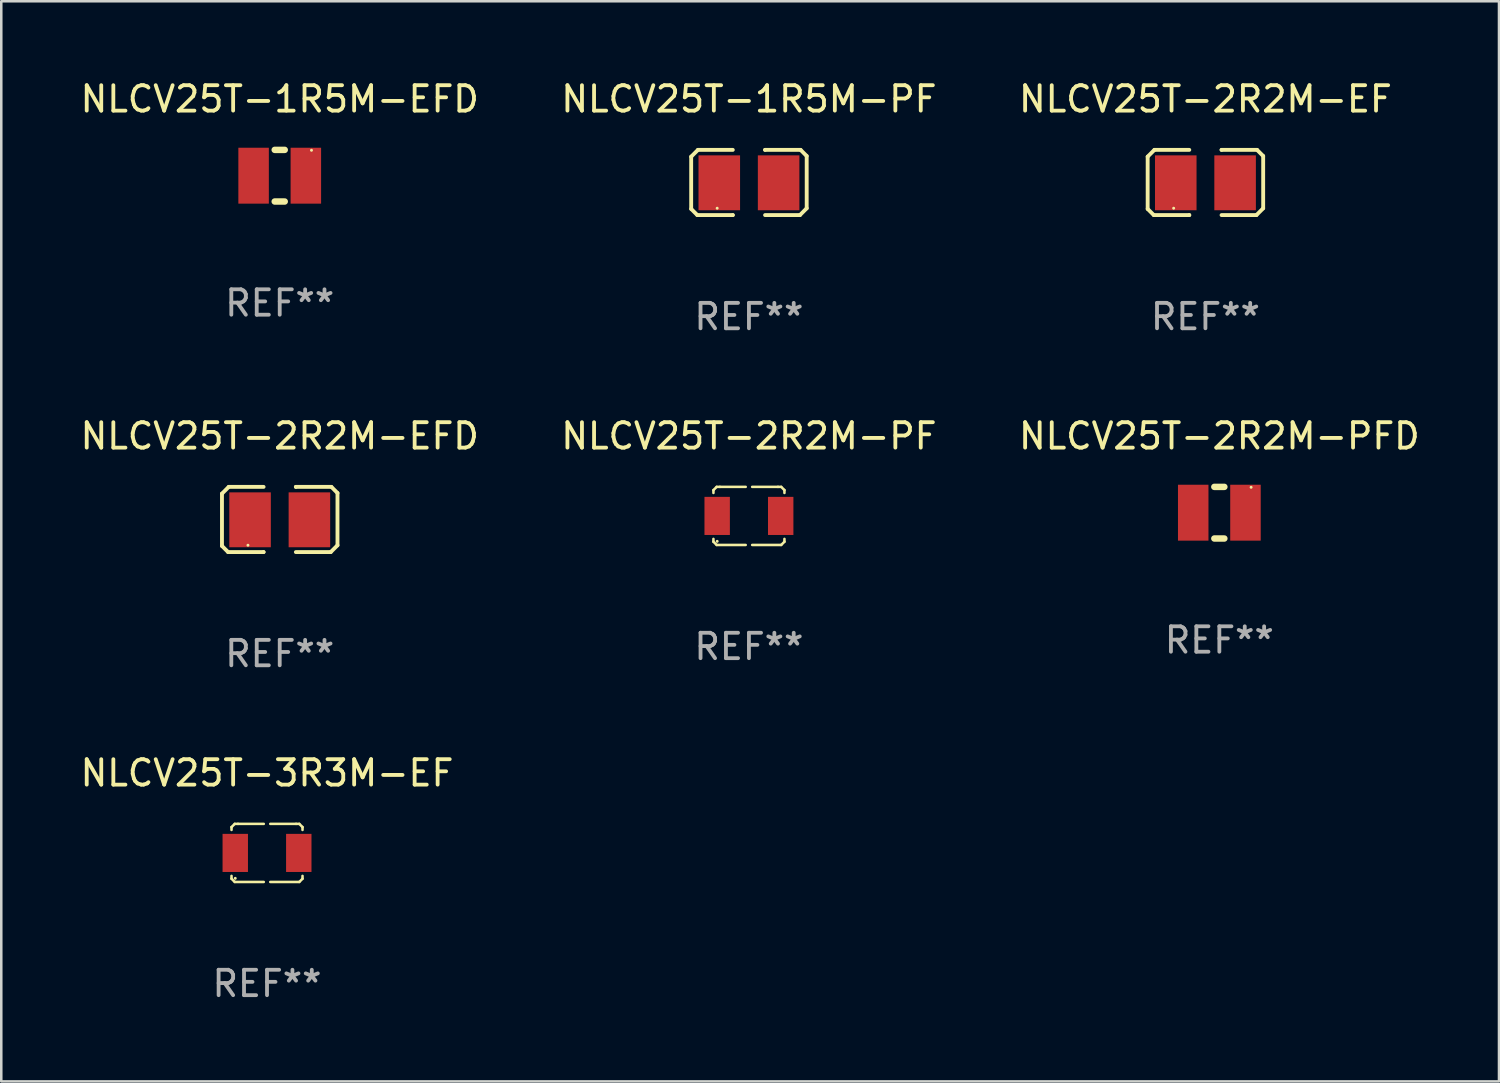
<source format=kicad_pcb>
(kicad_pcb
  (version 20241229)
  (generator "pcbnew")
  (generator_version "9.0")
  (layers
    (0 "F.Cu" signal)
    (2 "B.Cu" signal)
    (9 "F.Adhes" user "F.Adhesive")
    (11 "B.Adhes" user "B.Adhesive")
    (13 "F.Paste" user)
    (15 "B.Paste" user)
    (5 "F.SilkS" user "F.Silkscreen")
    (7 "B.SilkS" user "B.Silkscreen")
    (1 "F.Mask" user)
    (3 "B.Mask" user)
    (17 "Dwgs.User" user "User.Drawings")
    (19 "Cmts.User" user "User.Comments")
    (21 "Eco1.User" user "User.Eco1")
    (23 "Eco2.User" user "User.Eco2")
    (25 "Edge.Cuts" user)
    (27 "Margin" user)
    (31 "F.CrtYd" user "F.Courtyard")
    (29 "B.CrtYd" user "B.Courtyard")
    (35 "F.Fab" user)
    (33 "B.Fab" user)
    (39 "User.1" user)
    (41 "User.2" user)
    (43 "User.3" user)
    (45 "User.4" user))
  (footprint "NLCV25T-2R2M-PF"
    (layer "F.Cu")
    (at 26.423 17.253)
    (property "Reference" "NLCV25T-2R2M-PF" (at 0 -3.143 0) (layer "F.SilkS") (effects (font (size 1 1) (thickness 0.15))))
    (attr through_hole)
    (fp_line (start -1.397 -1.016) (end -1.397 -0.904) (stroke (width 0.1) (type solid)) (layer "F.SilkS"))
    (fp_line (start -1.397 0.904) (end -1.397 1.016) (stroke (width 0.1) (type solid)) (layer "F.SilkS"))
    (fp_line (start -1.397 1.016) (end -1.27 1.143) (stroke (width 0.1) (type solid)) (layer "F.SilkS"))
    (fp_line (start -1.27 -1.143) (end -1.397 -1.016) (stroke (width 0.1) (type solid)) (layer "F.SilkS"))
    (fp_line (start -1.27 1.143) (end -0.127 1.143) (stroke (width 0.1) (type solid)) (layer "F.SilkS"))
    (fp_line (start -1.143 -1.143) (end -1.27 -1.143) (stroke (width 0.1) (type solid)) (layer "F.SilkS"))
    (fp_line (start -0.127 -1.143) (end -1.143 -1.143) (stroke (width 0.1) (type solid)) (layer "F.SilkS"))
    (fp_line (start 0.127 -1.143) (end 1.143 -1.143) (stroke (width 0.1) (type solid)) (layer "F.SilkS"))
    (fp_line (start 1.143 -1.143) (end 1.27 -1.143) (stroke (width 0.1) (type solid)) (layer "F.SilkS"))
    (fp_line (start 1.27 -1.143) (end 1.397 -1.016) (stroke (width 0.1) (type solid)) (layer "F.SilkS"))
    (fp_line (start 1.27 1.143) (end 0.127 1.143) (stroke (width 0.1) (type solid)) (layer "F.SilkS"))
    (fp_line (start 1.397 -1.016) (end 1.397 -0.904) (stroke (width 0.1) (type solid)) (layer "F.SilkS"))
    (fp_line (start 1.397 0.904) (end 1.397 1.016) (stroke (width 0.1) (type solid)) (layer "F.SilkS"))
    (fp_line (start 1.397 1.016) (end 1.27 1.143) (stroke (width 0.1) (type solid)) (layer "F.SilkS"))
    (fp_circle (center -1.25 1) (end -1.22 1) (stroke (width 0.06) (type solid)) (fill no) (layer "F.SilkS"))
    (fp_text user "REF**" (at 0 5.143 0) (layer "F.Fab") (effects (font (size 1 1) (thickness 0.15))))
    (pad "1" smd rect (at -1.25 0) (size 1 1.5) (layers "F.Cu" "F.Mask" "F.Paste"))
    (pad "2" smd rect (at 1.25 0) (size 1 1.5) (layers "F.Cu" "F.Mask" "F.Paste")))
  (footprint "NLCV25T-3R3M-EF"
    (layer "F.Cu")
    (at 7.458 30.515)
    (property "Reference" "NLCV25T-3R3M-EF" (at 0 -3.143 0) (layer "F.SilkS") (effects (font (size 1 1) (thickness 0.15))))
    (attr through_hole)
    (fp_line (start -1.397 -1.016) (end -1.397 -0.904) (stroke (width 0.1) (type solid)) (layer "F.SilkS"))
    (fp_line (start -1.397 0.904) (end -1.397 1.016) (stroke (width 0.1) (type solid)) (layer "F.SilkS"))
    (fp_line (start -1.397 1.016) (end -1.27 1.143) (stroke (width 0.1) (type solid)) (layer "F.SilkS"))
    (fp_line (start -1.27 -1.143) (end -1.397 -1.016) (stroke (width 0.1) (type solid)) (layer "F.SilkS"))
    (fp_line (start -1.27 1.143) (end -0.127 1.143) (stroke (width 0.1) (type solid)) (layer "F.SilkS"))
    (fp_line (start -1.143 -1.143) (end -1.27 -1.143) (stroke (width 0.1) (type solid)) (layer "F.SilkS"))
    (fp_line (start -0.127 -1.143) (end -1.143 -1.143) (stroke (width 0.1) (type solid)) (layer "F.SilkS"))
    (fp_line (start 0.127 -1.143) (end 1.143 -1.143) (stroke (width 0.1) (type solid)) (layer "F.SilkS"))
    (fp_line (start 1.143 -1.143) (end 1.27 -1.143) (stroke (width 0.1) (type solid)) (layer "F.SilkS"))
    (fp_line (start 1.27 -1.143) (end 1.397 -1.016) (stroke (width 0.1) (type solid)) (layer "F.SilkS"))
    (fp_line (start 1.27 1.143) (end 0.127 1.143) (stroke (width 0.1) (type solid)) (layer "F.SilkS"))
    (fp_line (start 1.397 -1.016) (end 1.397 -0.904) (stroke (width 0.1) (type solid)) (layer "F.SilkS"))
    (fp_line (start 1.397 0.904) (end 1.397 1.016) (stroke (width 0.1) (type solid)) (layer "F.SilkS"))
    (fp_line (start 1.397 1.016) (end 1.27 1.143) (stroke (width 0.1) (type solid)) (layer "F.SilkS"))
    (fp_circle (center -1.25 1) (end -1.22 1) (stroke (width 0.06) (type solid)) (fill no) (layer "F.SilkS"))
    (fp_text user "REF**" (at 0 5.143 0) (layer "F.Fab") (effects (font (size 1 1) (thickness 0.15))))
    (pad "1" smd rect (at -1.25 0) (size 1 1.5) (layers "F.Cu" "F.Mask" "F.Paste"))
    (pad "2" smd rect (at 1.25 0) (size 1 1.5) (layers "F.Cu" "F.Mask" "F.Paste")))
  (footprint "NLCV25T-2R2M-PFD"
    (layer "F.Cu")
    (at 44.935 17.126)
    (property "Reference" "NLCV25T-2R2M-PFD" (at 0 -3.016 0) (layer "F.SilkS") (effects (font (size 1 1) (thickness 0.15))))
    (attr through_hole)
    (fp_line (start -0.197 1.016) (end 0.197 1.016) (stroke (width 0.254) (type solid)) (layer "F.SilkS"))
    (fp_line (start 0.197 -1.016) (end -0.197 -1.016) (stroke (width 0.254) (type solid)) (layer "F.SilkS"))
    (fp_circle (center 1.25 -1) (end 1.28 -1) (stroke (width 0.06) (type solid)) (fill no) (layer "F.SilkS"))
    (fp_text user "REF**" (at 0 5.016 0) (layer "F.Fab") (effects (font (size 1 1) (thickness 0.15))))
    (pad "1" smd rect (at 1.028 0) (size 1.2 2.2) (layers "F.Cu" "F.Mask" "F.Paste"))
    (pad "2" smd rect (at -1.028 0) (size 1.2 2.2) (layers "F.Cu" "F.Mask" "F.Paste")))
  (footprint "NLCV25T-2R2M-EF"
    (layer "F.Cu")
    (at 44.387 4.131)
    (property "Reference" "NLCV25T-2R2M-EF" (at 0 -3.283 0) (layer "F.SilkS") (effects (font (size 1 1) (thickness 0.15))))
    (attr through_hole)
    (fp_line (start -2.273 -1.016) (end -2.007 -1.283) (stroke (width 0.152) (type solid)) (layer "F.SilkS"))
    (fp_line (start -2.273 1.041) (end -2.273 -1.016) (stroke (width 0.152) (type solid)) (layer "F.SilkS"))
    (fp_line (start -2.032 1.283) (end -2.273 1.041) (stroke (width 0.152) (type solid)) (layer "F.SilkS"))
    (fp_line (start -2.007 -1.283) (end -0.635 -1.283) (stroke (width 0.152) (type solid)) (layer "F.SilkS"))
    (fp_line (start -0.635 1.283) (end -2.032 1.283) (stroke (width 0.152) (type solid)) (layer "F.SilkS"))
    (fp_line (start -0.635 1.283) (end -0.635 1.283) (stroke (width 0.152) (type solid)) (layer "F.SilkS"))
    (fp_line (start 0.635 -1.283) (end 0.635 -1.283) (stroke (width 0.152) (type solid)) (layer "F.SilkS"))
    (fp_line (start 0.635 -1.283) (end 2.032 -1.283) (stroke (width 0.152) (type solid)) (layer "F.SilkS"))
    (fp_line (start 2.007 1.283) (end 0.635 1.283) (stroke (width 0.152) (type solid)) (layer "F.SilkS"))
    (fp_line (start 2.032 -1.283) (end 2.273 -1.041) (stroke (width 0.152) (type solid)) (layer "F.SilkS"))
    (fp_line (start 2.273 -1.041) (end 2.273 1.016) (stroke (width 0.152) (type solid)) (layer "F.SilkS"))
    (fp_line (start 2.273 1.016) (end 2.007 1.283) (stroke (width 0.152) (type solid)) (layer "F.SilkS"))
    (fp_circle (center -1.25 1.013) (end -1.22 1.013) (stroke (width 0.06) (type solid)) (fill no) (layer "F.SilkS"))
    (fp_text user "REF**" (at 0 5.283 0) (layer "F.Fab") (effects (font (size 1 1) (thickness 0.15))))
    (pad "1" smd rect (at -1.167 0.013) (size 1.635 2.16) (layers "F.Cu" "F.Mask" "F.Paste"))
    (pad "2" smd rect (at 1.168 0.013) (size 1.635 2.16) (layers "F.Cu" "F.Mask" "F.Paste")))
  (footprint "NLCV25T-2R2M-EFD"
    (layer "F.Cu")
    (at 7.958 17.393)
    (property "Reference" "NLCV25T-2R2M-EFD" (at 0 -3.283 0) (layer "F.SilkS") (effects (font (size 1 1) (thickness 0.15))))
    (attr through_hole)
    (fp_line (start -2.273 -1.016) (end -2.007 -1.283) (stroke (width 0.152) (type solid)) (layer "F.SilkS"))
    (fp_line (start -2.273 1.041) (end -2.273 -1.016) (stroke (width 0.152) (type solid)) (layer "F.SilkS"))
    (fp_line (start -2.032 1.283) (end -2.273 1.041) (stroke (width 0.152) (type solid)) (layer "F.SilkS"))
    (fp_line (start -2.007 -1.283) (end -0.635 -1.283) (stroke (width 0.152) (type solid)) (layer "F.SilkS"))
    (fp_line (start -0.635 1.283) (end -2.032 1.283) (stroke (width 0.152) (type solid)) (layer "F.SilkS"))
    (fp_line (start -0.635 1.283) (end -0.635 1.283) (stroke (width 0.152) (type solid)) (layer "F.SilkS"))
    (fp_line (start 0.635 -1.283) (end 0.635 -1.283) (stroke (width 0.152) (type solid)) (layer "F.SilkS"))
    (fp_line (start 0.635 -1.283) (end 2.032 -1.283) (stroke (width 0.152) (type solid)) (layer "F.SilkS"))
    (fp_line (start 2.007 1.283) (end 0.635 1.283) (stroke (width 0.152) (type solid)) (layer "F.SilkS"))
    (fp_line (start 2.032 -1.283) (end 2.273 -1.041) (stroke (width 0.152) (type solid)) (layer "F.SilkS"))
    (fp_line (start 2.273 -1.041) (end 2.273 1.016) (stroke (width 0.152) (type solid)) (layer "F.SilkS"))
    (fp_line (start 2.273 1.016) (end 2.007 1.283) (stroke (width 0.152) (type solid)) (layer "F.SilkS"))
    (fp_circle (center -1.25 1.013) (end -1.22 1.013) (stroke (width 0.06) (type solid)) (fill no) (layer "F.SilkS"))
    (fp_text user "REF**" (at 0 5.283 0) (layer "F.Fab") (effects (font (size 1 1) (thickness 0.15))))
    (pad "1" smd rect (at -1.167 0.013) (size 1.635 2.16) (layers "F.Cu" "F.Mask" "F.Paste"))
    (pad "2" smd rect (at 1.168 0.013) (size 1.635 2.16) (layers "F.Cu" "F.Mask" "F.Paste")))
  (footprint "NLCV25T-1R5M-EFD"
    (layer "F.Cu")
    (at 7.958 3.864)
    (property "Reference" "NLCV25T-1R5M-EFD" (at 0 -3.016 0) (layer "F.SilkS") (effects (font (size 1 1) (thickness 0.15))))
    (attr through_hole)
    (fp_line (start -0.197 1.016) (end 0.197 1.016) (stroke (width 0.254) (type solid)) (layer "F.SilkS"))
    (fp_line (start 0.197 -1.016) (end -0.197 -1.016) (stroke (width 0.254) (type solid)) (layer "F.SilkS"))
    (fp_circle (center 1.25 -1) (end 1.28 -1) (stroke (width 0.06) (type solid)) (fill no) (layer "F.SilkS"))
    (fp_text user "REF**" (at 0 5.016 0) (layer "F.Fab") (effects (font (size 1 1) (thickness 0.15))))
    (pad "1" smd rect (at 1.028 0) (size 1.2 2.2) (layers "F.Cu" "F.Mask" "F.Paste"))
    (pad "2" smd rect (at -1.028 0) (size 1.2 2.2) (layers "F.Cu" "F.Mask" "F.Paste")))
  (footprint "NLCV25T-1R5M-PF"
    (layer "F.Cu")
    (at 26.423 4.131)
    (property "Reference" "NLCV25T-1R5M-PF" (at 0 -3.283 0) (layer "F.SilkS") (effects (font (size 1 1) (thickness 0.15))))
    (attr through_hole)
    (fp_line (start -2.273 -1.016) (end -2.007 -1.283) (stroke (width 0.152) (type solid)) (layer "F.SilkS"))
    (fp_line (start -2.273 1.041) (end -2.273 -1.016) (stroke (width 0.152) (type solid)) (layer "F.SilkS"))
    (fp_line (start -2.032 1.283) (end -2.273 1.041) (stroke (width 0.152) (type solid)) (layer "F.SilkS"))
    (fp_line (start -2.007 -1.283) (end -0.635 -1.283) (stroke (width 0.152) (type solid)) (layer "F.SilkS"))
    (fp_line (start -0.635 1.283) (end -2.032 1.283) (stroke (width 0.152) (type solid)) (layer "F.SilkS"))
    (fp_line (start -0.635 1.283) (end -0.635 1.283) (stroke (width 0.152) (type solid)) (layer "F.SilkS"))
    (fp_line (start 0.635 -1.283) (end 0.635 -1.283) (stroke (width 0.152) (type solid)) (layer "F.SilkS"))
    (fp_line (start 0.635 -1.283) (end 2.032 -1.283) (stroke (width 0.152) (type solid)) (layer "F.SilkS"))
    (fp_line (start 2.007 1.283) (end 0.635 1.283) (stroke (width 0.152) (type solid)) (layer "F.SilkS"))
    (fp_line (start 2.032 -1.283) (end 2.273 -1.041) (stroke (width 0.152) (type solid)) (layer "F.SilkS"))
    (fp_line (start 2.273 -1.041) (end 2.273 1.016) (stroke (width 0.152) (type solid)) (layer "F.SilkS"))
    (fp_line (start 2.273 1.016) (end 2.007 1.283) (stroke (width 0.152) (type solid)) (layer "F.SilkS"))
    (fp_circle (center -1.25 1.013) (end -1.22 1.013) (stroke (width 0.06) (type solid)) (fill no) (layer "F.SilkS"))
    (fp_text user "REF**" (at 0 5.283 0) (layer "F.Fab") (effects (font (size 1 1) (thickness 0.15))))
    (pad "1" smd rect (at -1.167 0.013) (size 1.635 2.16) (layers "F.Cu" "F.Mask" "F.Paste"))
    (pad "2" smd rect (at 1.168 0.013) (size 1.635 2.16) (layers "F.Cu" "F.Mask" "F.Paste")))
  (gr_rect
    (start -3 -3)
    (end 55.94 39.506)
    (stroke (width 0.1) (type default))
    (fill no)
    (layer "Edge.Cuts")))
</source>
